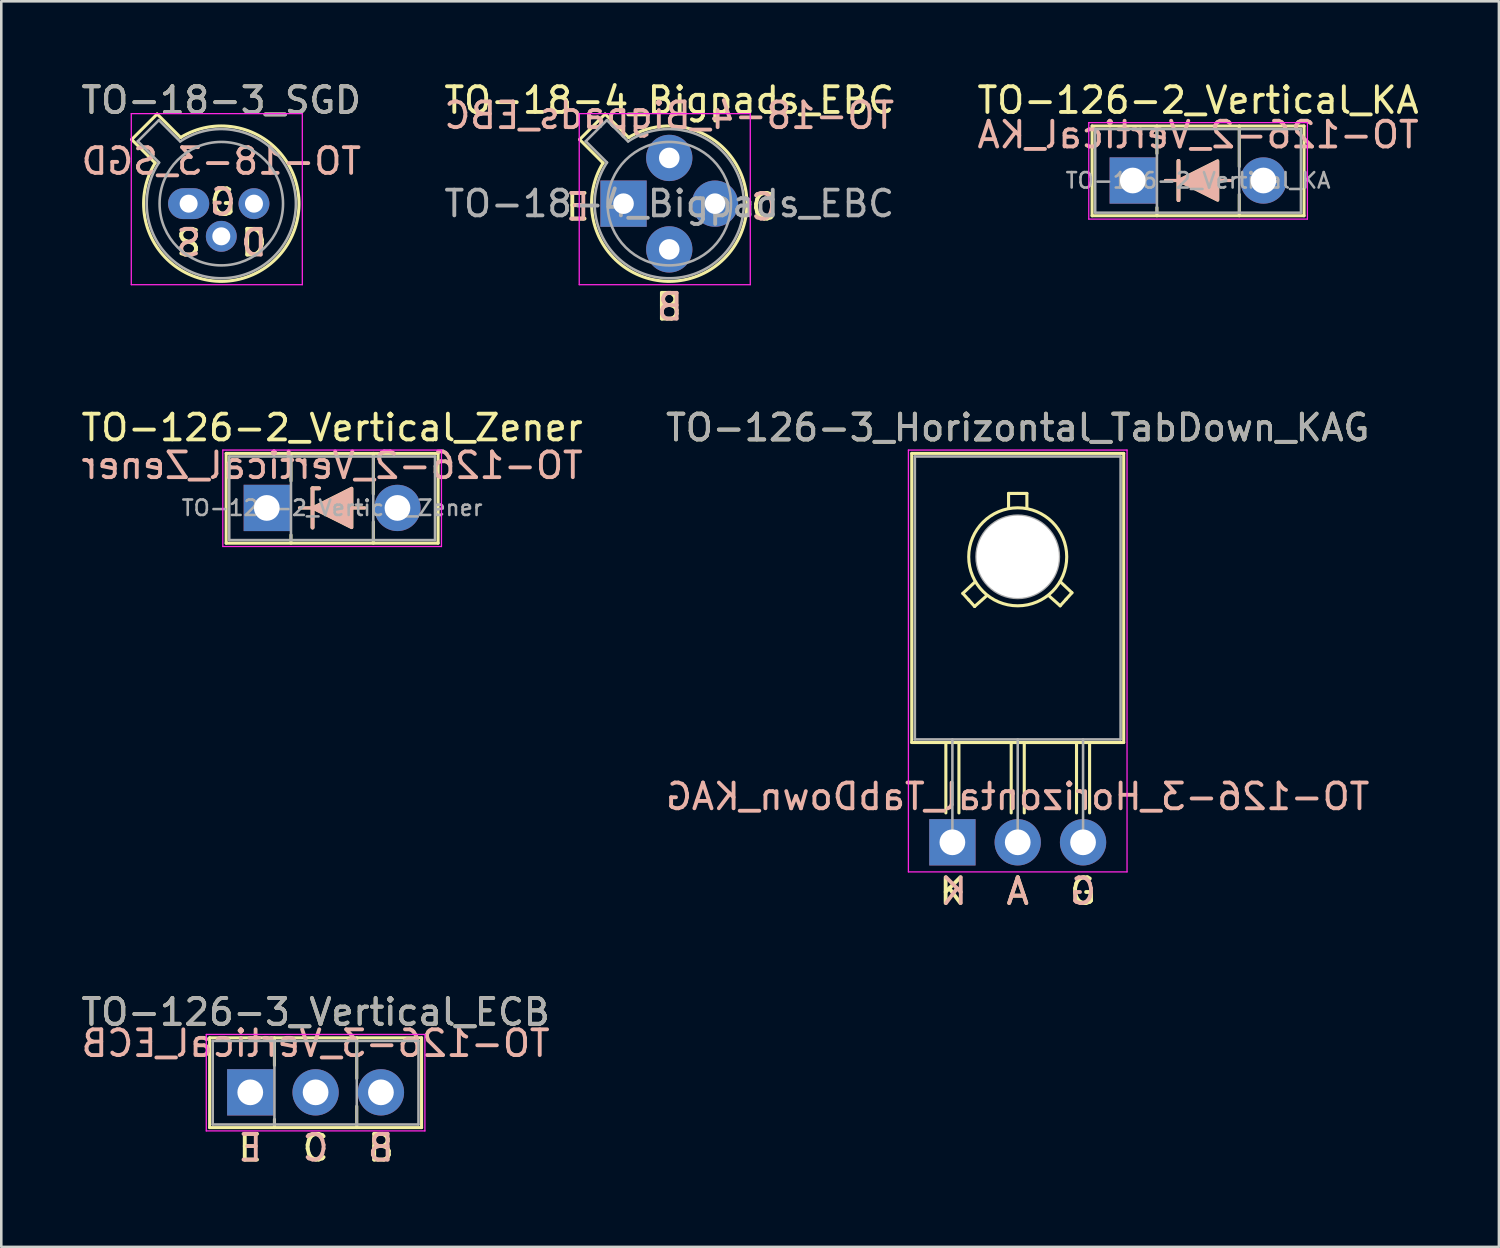
<source format=kicad_pcb>
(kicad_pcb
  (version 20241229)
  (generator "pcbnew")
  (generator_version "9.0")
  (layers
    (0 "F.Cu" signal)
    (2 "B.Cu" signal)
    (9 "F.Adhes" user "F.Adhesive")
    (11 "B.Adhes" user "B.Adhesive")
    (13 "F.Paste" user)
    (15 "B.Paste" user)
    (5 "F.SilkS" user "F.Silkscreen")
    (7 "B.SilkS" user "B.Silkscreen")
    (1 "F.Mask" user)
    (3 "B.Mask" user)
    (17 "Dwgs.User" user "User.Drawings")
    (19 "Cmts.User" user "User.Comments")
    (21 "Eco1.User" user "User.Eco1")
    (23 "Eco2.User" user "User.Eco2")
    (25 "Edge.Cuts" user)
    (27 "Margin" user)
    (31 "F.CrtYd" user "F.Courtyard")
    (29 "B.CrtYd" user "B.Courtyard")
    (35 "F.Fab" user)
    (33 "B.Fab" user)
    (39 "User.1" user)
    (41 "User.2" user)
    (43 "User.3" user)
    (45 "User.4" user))
  (footprint "TO-126-2_Vertical_KA"
    (layer "F.Cu")
    (at 40.99 3.968)
    (property "Reference" "TO-126-2_Vertical_KA" (at 2.54 -3.12 0) (layer "F.SilkS") (effects (font (size 1 1) (thickness 0.15))))
    (attr through_hole)
    (fp_line (start -1.58 -2.12) (end -1.58 1.37) (stroke (width 0.12) (type solid)) (layer "F.SilkS"))
    (fp_line (start -1.58 -2.12) (end 6.66 -2.12) (stroke (width 0.12) (type solid)) (layer "F.SilkS"))
    (fp_line (start -1.58 1.37) (end 6.66 1.37) (stroke (width 0.12) (type solid)) (layer "F.SilkS"))
    (fp_line (start 0.94 -2.12) (end 0.94 -1.05) (stroke (width 0.12) (type solid)) (layer "F.SilkS"))
    (fp_line (start 0.94 1.05) (end 0.94 1.37) (stroke (width 0.12) (type solid)) (layer "F.SilkS"))
    (fp_line (start 1.778 0.762) (end 1.778 -0.762) (stroke (width 0.15) (type default)) (layer "F.SilkS"))
    (fp_line (start 3.81 0) (end 1.27 0) (stroke (width 0.12) (type default)) (layer "F.SilkS"))
    (fp_line (start 4.141 -2.12) (end 4.141 -0.54) (stroke (width 0.12) (type solid)) (layer "F.SilkS"))
    (fp_line (start 4.141 0.54) (end 4.141 1.37) (stroke (width 0.12) (type solid)) (layer "F.SilkS"))
    (fp_line (start 6.66 -2.12) (end 6.66 1.37) (stroke (width 0.12) (type solid)) (layer "F.SilkS"))
    (fp_poly (pts (xy 1.778 0) (xy 3.302 0.762) (xy 3.302 -0.762)) (stroke (width 0.12) (type solid)) (fill yes) (layer "F.SilkS"))
    (fp_line (start 1.778 -0.762) (end 1.778 0.762) (stroke (width 0.15) (type default)) (layer "B.SilkS"))
    (fp_line (start 3.81 0) (end 1.27 0) (stroke (width 0.12) (type default)) (layer "B.SilkS"))
    (fp_poly (pts (xy 1.778 0) (xy 3.302 -0.762) (xy 3.302 0.762)) (stroke (width 0.12) (type solid)) (fill yes) (layer "B.SilkS"))
    (fp_line (start -1.71 -2.25) (end -1.71 1.5) (stroke (width 0.05) (type solid)) (layer "F.CrtYd"))
    (fp_line (start -1.71 1.5) (end 6.79 1.5) (stroke (width 0.05) (type solid)) (layer "F.CrtYd"))
    (fp_line (start 6.79 -2.25) (end -1.71 -2.25) (stroke (width 0.05) (type solid)) (layer "F.CrtYd"))
    (fp_line (start 6.79 1.5) (end 6.79 -2.25) (stroke (width 0.05) (type solid)) (layer "F.CrtYd"))
    (fp_line (start -1.46 -2) (end -1.46 1.25) (stroke (width 0.1) (type solid)) (layer "F.Fab"))
    (fp_line (start -1.46 1.25) (end 6.54 1.25) (stroke (width 0.1) (type solid)) (layer "F.Fab"))
    (fp_line (start 0.94 -2) (end 0.94 1.25) (stroke (width 0.1) (type solid)) (layer "F.Fab"))
    (fp_line (start 4.14 -2) (end 4.14 1.25) (stroke (width 0.1) (type solid)) (layer "F.Fab"))
    (fp_line (start 6.54 -2) (end -1.46 -2) (stroke (width 0.1) (type solid)) (layer "F.Fab"))
    (fp_line (start 6.54 1.25) (end 6.54 -2) (stroke (width 0.1) (type solid)) (layer "F.Fab"))
    (fp_text user "${REFERENCE}" (at 2.54 -1.778 0) (layer "B.SilkS") (effects (font (size 1 1) (thickness 0.15)) (justify mirror)))
    (fp_text user "${REFERENCE}" (at 2.54 0 0) (layer "F.Fab") (effects (font (size 0.6 0.6) (thickness 0.1))))
    (pad "1" thru_hole rect (at 0 0) (size 1.8 1.8) (drill 1) (layers "*.Cu" "*.Mask"))
    (pad "2" thru_hole oval (at 5.08 0) (size 1.8 1.8) (drill 1) (layers "*.Cu" "*.Mask")))
  (footprint "TO-126-3_Horizontal_TabDown_KAG"
    (layer "F.Cu")
    (at 33.978 29.698)
    (property "Reference" "TO-126-3_Horizontal_TabDown_KAG" (at 2.54 -16.12 0) (layer "F.SilkS") (effects (font (size 1 1) (thickness 0.15))))
    (fp_line (start -1.58 -15.12) (end -1.58 -3.88) (stroke (width 0.12) (type solid)) (layer "F.SilkS"))
    (fp_line (start -1.58 -15.12) (end 6.66 -15.12) (stroke (width 0.12) (type solid)) (layer "F.SilkS"))
    (fp_line (start -1.58 -3.88) (end 6.66 -3.88) (stroke (width 0.12) (type solid)) (layer "F.SilkS"))
    (fp_line (start -0.254 -1.143) (end -0.254 -3.873) (stroke (width 0.12) (type solid)) (layer "F.SilkS"))
    (fp_line (start 0.254 -3.873) (end 0.254 -1.143) (stroke (width 0.12) (type solid)) (layer "F.SilkS"))
    (fp_line (start 0.406 -9.677) (end 0.864 -10.109) (stroke (width 0.12) (type solid)) (layer "F.SilkS"))
    (fp_line (start 0.635 -9.423) (end 0.406 -9.677) (stroke (width 0.12) (type solid)) (layer "F.SilkS"))
    (fp_line (start 0.864 -9.169) (end 0.635 -9.423) (stroke (width 0.12) (type solid)) (layer "F.SilkS"))
    (fp_line (start 0.864 -9.169) (end 1.321 -9.576) (stroke (width 0.12) (type solid)) (layer "F.SilkS"))
    (fp_line (start 2.184 -13.564) (end 2.184 -13.005) (stroke (width 0.12) (type solid)) (layer "F.SilkS"))
    (fp_line (start 2.184 -13.564) (end 2.54 -13.564) (stroke (width 0.12) (type solid)) (layer "F.SilkS"))
    (fp_line (start 2.286 -1.143) (end 2.286 -3.873) (stroke (width 0.12) (type solid)) (layer "F.SilkS"))
    (fp_line (start 2.54 -13.564) (end 2.896 -13.564) (stroke (width 0.12) (type solid)) (layer "F.SilkS"))
    (fp_line (start 2.794 -3.873) (end 2.794 -1.143) (stroke (width 0.12) (type solid)) (layer "F.SilkS"))
    (fp_line (start 2.896 -13.564) (end 2.896 -12.979) (stroke (width 0.12) (type solid)) (layer "F.SilkS"))
    (fp_line (start 4.191 -9.195) (end 3.734 -9.601) (stroke (width 0.12) (type solid)) (layer "F.SilkS"))
    (fp_line (start 4.191 -9.195) (end 4.42 -9.449) (stroke (width 0.12) (type solid)) (layer "F.SilkS"))
    (fp_line (start 4.42 -9.449) (end 4.648 -9.703) (stroke (width 0.12) (type solid)) (layer "F.SilkS"))
    (fp_line (start 4.648 -9.703) (end 4.191 -10.135) (stroke (width 0.12) (type solid)) (layer "F.SilkS"))
    (fp_line (start 4.826 -1.143) (end 4.826 -3.873) (stroke (width 0.12) (type solid)) (layer "F.SilkS"))
    (fp_line (start 5.334 -3.873) (end 5.334 -1.143) (stroke (width 0.12) (type solid)) (layer "F.SilkS"))
    (fp_line (start 6.66 -15.12) (end 6.66 -3.88) (stroke (width 0.12) (type solid)) (layer "F.SilkS"))
    (fp_circle (center 2.54 -11.1) (end 4.445 -11.125) (stroke (width 0.12) (type solid)) (fill no) (layer "F.SilkS"))
    (fp_line (start -1.71 -15.25) (end -1.71 1.15) (stroke (width 0.05) (type solid)) (layer "F.CrtYd"))
    (fp_line (start -1.71 1.15) (end 6.79 1.15) (stroke (width 0.05) (type solid)) (layer "F.CrtYd"))
    (fp_line (start 6.79 -15.25) (end -1.71 -15.25) (stroke (width 0.05) (type solid)) (layer "F.CrtYd"))
    (fp_line (start 6.79 1.15) (end 6.79 -15.25) (stroke (width 0.05) (type solid)) (layer "F.CrtYd"))
    (fp_line (start -1.46 -15) (end 6.54 -15) (stroke (width 0.1) (type solid)) (layer "F.Fab"))
    (fp_line (start -1.46 -4) (end -1.46 -15) (stroke (width 0.1) (type solid)) (layer "F.Fab"))
    (fp_line (start 0 -4) (end 0 0) (stroke (width 0.1) (type solid)) (layer "F.Fab"))
    (fp_line (start 2.54 -4) (end 2.54 0) (stroke (width 0.1) (type solid)) (layer "F.Fab"))
    (fp_line (start 5.08 -4) (end 5.08 0) (stroke (width 0.1) (type solid)) (layer "F.Fab"))
    (fp_line (start 6.54 -15) (end 6.54 -4) (stroke (width 0.1) (type solid)) (layer "F.Fab"))
    (fp_line (start 6.54 -4) (end -1.46 -4) (stroke (width 0.1) (type solid)) (layer "F.Fab"))
    (fp_circle (center 2.54 -11.1) (end 4.14 -11.1) (stroke (width 0.1) (type solid)) (fill no) (layer "F.Fab"))
    (fp_text user "A" (at 2.54 1.905 0) (unlocked yes) (layer "F.SilkS") (effects (font (size 1 1) (thickness 0.15))))
    (fp_text user "G" (at 5.08 1.905 0) (unlocked yes) (layer "F.SilkS") (effects (font (size 1 1) (thickness 0.15))))
    (fp_text user "K" (at 0 1.905 0) (unlocked yes) (layer "F.SilkS") (effects (font (size 1 1) (thickness 0.15))))
    (fp_text user "A" (at 2.54 1.905 0) (unlocked yes) (layer "B.SilkS") (effects (font (size 1 1) (thickness 0.15)) (justify mirror)))
    (fp_text user "K" (at 0.064 1.905 0) (unlocked yes) (layer "B.SilkS") (effects (font (size 1 1) (thickness 0.15)) (justify mirror)))
    (fp_text user "G" (at 5.08 1.905 0) (unlocked yes) (layer "B.SilkS") (effects (font (size 1 1) (thickness 0.15)) (justify mirror)))
    (fp_text user "${REFERENCE}" (at 2.54 -1.778 0) (layer "B.SilkS") (effects (font (size 1 1) (thickness 0.15)) (justify mirror)))
    (fp_text user "${REFERENCE}" (at 2.54 -16.12 0) (layer "F.Fab") (effects (font (size 1 1) (thickness 0.15))))
    (pad "" np_thru_hole oval (at 2.54 -11.1) (size 3.2 3.2) (drill 3.2) (layers "*.Cu" "*.Mask"))
    (pad "1" thru_hole rect (at 0 0) (size 1.8 1.8) (drill 1) (layers "*.Cu" "*.Mask"))
    (pad "2" thru_hole oval (at 2.54 0) (size 1.8 1.8) (drill 1) (layers "*.Cu" "*.Mask"))
    (pad "3" thru_hole oval (at 5.08 0) (size 1.8 1.8) (drill 1) (layers "*.Cu" "*.Mask")))
  (footprint "TO-18-4_Bigpads_EBC"
    (layer "F.Cu")
    (at 21.192 4.868)
    (property "Reference" "TO-18-4_Bigpads_EBC" (at 1.778 -4.02 0) (layer "F.SilkS") (effects (font (size 1 1) (thickness 0.15))))
    (attr through_hole)
    (fp_line (start -1.706 -2.494) (end -0.794 -1.582) (stroke (width 0.12) (type solid)) (layer "F.SilkS"))
    (fp_line (start -0.716 -3.484) (end -1.706 -2.494) (stroke (width 0.12) (type solid)) (layer "F.SilkS"))
    (fp_line (start 0.196 -2.572) (end -0.716 -3.484) (stroke (width 0.12) (type solid)) (layer "F.SilkS"))
    (fp_arc (start 0.195669 -2.572281) (mid 3.913374 2.135551) (end -0.79415 -1.582544) (stroke (width 0.12) (type solid)) (layer "F.SilkS"))
    (fp_line (start -1.722 -3.5) (end -1.722 3.15) (stroke (width 0.05) (type solid)) (layer "F.CrtYd"))
    (fp_line (start -1.722 3.15) (end 4.928 3.15) (stroke (width 0.05) (type solid)) (layer "F.CrtYd"))
    (fp_line (start 4.928 -3.5) (end -1.722 -3.5) (stroke (width 0.05) (type solid)) (layer "F.CrtYd"))
    (fp_line (start 4.928 3.15) (end 4.928 -3.5) (stroke (width 0.05) (type solid)) (layer "F.CrtYd"))
    (fp_line (start -1.469 -2.426) (end -0.641 -1.599) (stroke (width 0.1) (type solid)) (layer "F.Fab"))
    (fp_line (start -0.648 -3.247) (end -1.469 -2.426) (stroke (width 0.1) (type solid)) (layer "F.Fab"))
    (fp_line (start 0.179 -2.419) (end -0.648 -3.247) (stroke (width 0.1) (type solid)) (layer "F.Fab"))
    (fp_arc (start 0.178943 -2.419301) (mid 3.829076 2.050143) (end -0.642029 -1.597956) (stroke (width 0.1) (type solid)) (layer "F.Fab"))
    (fp_circle (center 1.778 0) (end 4.178 0) (stroke (width 0.1) (type solid)) (fill no) (layer "F.Fab"))
    (fp_text user "B" (at 1.753 4.013 0) (unlocked yes) (layer "F.SilkS") (effects (font (size 1 1) (thickness 0.15))))
    (fp_text user "E" (at -1.778 0.127 0) (unlocked yes) (layer "F.SilkS") (effects (font (size 1 1) (thickness 0.15))))
    (fp_text user "C" (at 5.461 0.127 0) (unlocked yes) (layer "F.SilkS") (effects (font (size 1 1) (thickness 0.15))))
    (fp_text user "E" (at -1.778 0.127 0) (unlocked yes) (layer "B.SilkS") (effects (font (size 1 1) (thickness 0.15)) (justify mirror)))
    (fp_text user "${REFERENCE}" (at 1.778 -3.429 0) (layer "B.SilkS") (effects (font (size 1 1) (thickness 0.15)) (justify mirror)))
    (fp_text user "C" (at 5.461 0.127 0) (unlocked yes) (layer "B.SilkS") (effects (font (size 1 1) (thickness 0.15)) (justify mirror)))
    (fp_text user "B" (at 1.803 4.013 0) (unlocked yes) (layer "B.SilkS") (effects (font (size 1 1) (thickness 0.15)) (justify mirror)))
    (fp_text user "${REFERENCE}" (at 1.778 0 0) (layer "F.Fab") (effects (font (size 1 1) (thickness 0.15))))
    (pad "1" thru_hole rect (at 0 0) (size 1.8 1.8) (drill 0.8) (layers "*.Cu" "*.Mask"))
    (pad "2" thru_hole oval (at 1.778 1.778) (size 1.8 1.8) (drill 0.8) (layers "*.Cu" "*.Mask"))
    (pad "3" thru_hole oval (at 3.556 0) (size 1.8 1.8) (drill 0.8) (layers "*.Cu" "*.Mask"))
    (pad "4" thru_hole oval (at 1.778 -1.778) (size 1.8 1.8) (drill 0.8) (layers "*.Cu" "*.Mask")))
  (footprint "TO-126-3_Vertical_ECB"
    (layer "F.Cu")
    (at 6.68 39.419)
    (property "Reference" "TO-126-3_Vertical_ECB" (at 2.54 -3.12 0) (layer "F.SilkS") (effects (font (size 1 1) (thickness 0.15))))
    (fp_line (start -1.58 -2.12) (end -1.58 1.37) (stroke (width 0.12) (type solid)) (layer "F.SilkS"))
    (fp_line (start -1.58 -2.12) (end 6.66 -2.12) (stroke (width 0.12) (type solid)) (layer "F.SilkS"))
    (fp_line (start -1.58 1.37) (end 6.66 1.37) (stroke (width 0.12) (type solid)) (layer "F.SilkS"))
    (fp_line (start 0.94 -2.12) (end 0.94 -1.05) (stroke (width 0.12) (type solid)) (layer "F.SilkS"))
    (fp_line (start 0.94 1.05) (end 0.94 1.37) (stroke (width 0.12) (type solid)) (layer "F.SilkS"))
    (fp_line (start 4.141 -2.12) (end 4.141 -0.54) (stroke (width 0.12) (type solid)) (layer "F.SilkS"))
    (fp_line (start 4.141 0.54) (end 4.141 1.37) (stroke (width 0.12) (type solid)) (layer "F.SilkS"))
    (fp_line (start 6.66 -2.12) (end 6.66 1.37) (stroke (width 0.12) (type solid)) (layer "F.SilkS"))
    (fp_line (start -1.71 -2.25) (end -1.71 1.5) (stroke (width 0.05) (type solid)) (layer "F.CrtYd"))
    (fp_line (start -1.71 1.5) (end 6.79 1.5) (stroke (width 0.05) (type solid)) (layer "F.CrtYd"))
    (fp_line (start 6.79 -2.25) (end -1.71 -2.25) (stroke (width 0.05) (type solid)) (layer "F.CrtYd"))
    (fp_line (start 6.79 1.5) (end 6.79 -2.25) (stroke (width 0.05) (type solid)) (layer "F.CrtYd"))
    (fp_line (start -1.46 -2) (end -1.46 1.25) (stroke (width 0.1) (type solid)) (layer "F.Fab"))
    (fp_line (start -1.46 1.25) (end 6.54 1.25) (stroke (width 0.1) (type solid)) (layer "F.Fab"))
    (fp_line (start 0.94 -2) (end 0.94 1.25) (stroke (width 0.1) (type solid)) (layer "F.Fab"))
    (fp_line (start 4.14 -2) (end 4.14 1.25) (stroke (width 0.1) (type solid)) (layer "F.Fab"))
    (fp_line (start 6.54 -2) (end -1.46 -2) (stroke (width 0.1) (type solid)) (layer "F.Fab"))
    (fp_line (start 6.54 1.25) (end 6.54 -2) (stroke (width 0.1) (type solid)) (layer "F.Fab"))
    (fp_text user "C" (at 2.54 2.159 0) (unlocked yes) (layer "F.SilkS") (effects (font (size 1 1) (thickness 0.15))))
    (fp_text user "B" (at 5.08 2.159 0) (unlocked yes) (layer "F.SilkS") (effects (font (size 1 1) (thickness 0.15))))
    (fp_text user "E" (at 0 2.159 0) (unlocked yes) (layer "F.SilkS") (effects (font (size 1 1) (thickness 0.15))))
    (fp_text user "C" (at 2.54 2.159 0) (unlocked yes) (layer "B.SilkS") (effects (font (size 1 1) (thickness 0.15)) (justify mirror)))
    (fp_text user "E" (at 0 2.159 0) (unlocked yes) (layer "B.SilkS") (effects (font (size 1 1) (thickness 0.15)) (justify mirror)))
    (fp_text user "${REFERENCE}" (at 2.54 -1.905 0) (layer "B.SilkS") (effects (font (size 1 1) (thickness 0.15)) (justify mirror)))
    (fp_text user "B" (at 5.077 2.159 0) (unlocked yes) (layer "B.SilkS") (effects (font (size 1 1) (thickness 0.15)) (justify mirror)))
    (fp_text user "${REFERENCE}" (at 2.54 -3.12 0) (layer "F.Fab") (effects (font (size 1 1) (thickness 0.15))))
    (pad "1" thru_hole rect (at 0 0) (size 1.8 1.8) (drill 1) (layers "*.Cu" "*.Mask"))
    (pad "2" thru_hole oval (at 2.54 0) (size 1.8 1.8) (drill 1) (layers "*.Cu" "*.Mask"))
    (pad "3" thru_hole oval (at 5.08 0) (size 1.8 1.8) (drill 1) (layers "*.Cu" "*.Mask")))
  (footprint "TO-126-2_Vertical_Zener"
    (layer "F.Cu")
    (at 7.323 16.698)
    (property "Reference" "TO-126-2_Vertical_Zener" (at 2.54 -3.12 0) (layer "F.SilkS") (effects (font (size 1 1) (thickness 0.15))))
    (attr through_hole)
    (fp_line (start -1.58 -2.12) (end -1.58 1.37) (stroke (width 0.12) (type solid)) (layer "F.SilkS"))
    (fp_line (start -1.58 -2.12) (end 6.66 -2.12) (stroke (width 0.12) (type solid)) (layer "F.SilkS"))
    (fp_line (start -1.58 1.37) (end 6.66 1.37) (stroke (width 0.12) (type solid)) (layer "F.SilkS"))
    (fp_line (start 0.94 -2.12) (end 0.94 -1.05) (stroke (width 0.12) (type solid)) (layer "F.SilkS"))
    (fp_line (start 0.94 1.05) (end 0.94 1.37) (stroke (width 0.12) (type solid)) (layer "F.SilkS"))
    (fp_line (start 1.778 -0.762) (end 2.032 -0.762) (stroke (width 0.15) (type default)) (layer "F.SilkS"))
    (fp_line (start 1.778 0.762) (end 1.778 -0.762) (stroke (width 0.15) (type default)) (layer "F.SilkS"))
    (fp_line (start 3.81 0) (end 1.27 0) (stroke (width 0.12) (type default)) (layer "F.SilkS"))
    (fp_line (start 4.141 -2.12) (end 4.141 -0.54) (stroke (width 0.12) (type solid)) (layer "F.SilkS"))
    (fp_line (start 4.141 0.54) (end 4.141 1.37) (stroke (width 0.12) (type solid)) (layer "F.SilkS"))
    (fp_line (start 6.66 -2.12) (end 6.66 1.37) (stroke (width 0.12) (type solid)) (layer "F.SilkS"))
    (fp_poly (pts (xy 1.778 0) (xy 3.302 0.762) (xy 3.302 -0.762)) (stroke (width 0.12) (type solid)) (fill yes) (layer "F.SilkS"))
    (fp_line (start 1.778 -0.762) (end 1.778 0.762) (stroke (width 0.15) (type default)) (layer "B.SilkS"))
    (fp_line (start 1.778 -0.762) (end 2.032 -0.762) (stroke (width 0.15) (type default)) (layer "B.SilkS"))
    (fp_line (start 3.81 0) (end 1.27 0) (stroke (width 0.12) (type default)) (layer "B.SilkS"))
    (fp_poly (pts (xy 1.778 0) (xy 3.302 -0.762) (xy 3.302 0.762)) (stroke (width 0.12) (type solid)) (fill yes) (layer "B.SilkS"))
    (fp_line (start -1.71 -2.25) (end -1.71 1.5) (stroke (width 0.05) (type solid)) (layer "F.CrtYd"))
    (fp_line (start -1.71 1.5) (end 6.79 1.5) (stroke (width 0.05) (type solid)) (layer "F.CrtYd"))
    (fp_line (start 6.79 -2.25) (end -1.71 -2.25) (stroke (width 0.05) (type solid)) (layer "F.CrtYd"))
    (fp_line (start 6.79 1.5) (end 6.79 -2.25) (stroke (width 0.05) (type solid)) (layer "F.CrtYd"))
    (fp_line (start -1.46 -2) (end -1.46 1.25) (stroke (width 0.1) (type solid)) (layer "F.Fab"))
    (fp_line (start -1.46 1.25) (end 6.54 1.25) (stroke (width 0.1) (type solid)) (layer "F.Fab"))
    (fp_line (start 0.94 -2) (end 0.94 1.25) (stroke (width 0.1) (type solid)) (layer "F.Fab"))
    (fp_line (start 4.14 -2) (end 4.14 1.25) (stroke (width 0.1) (type solid)) (layer "F.Fab"))
    (fp_line (start 6.54 -2) (end -1.46 -2) (stroke (width 0.1) (type solid)) (layer "F.Fab"))
    (fp_line (start 6.54 1.25) (end 6.54 -2) (stroke (width 0.1) (type solid)) (layer "F.Fab"))
    (fp_text user "${REFERENCE}" (at 2.54 -1.651 0) (layer "B.SilkS") (effects (font (size 1 1) (thickness 0.15)) (justify mirror)))
    (fp_text user "${REFERENCE}" (at 2.54 0 0) (layer "F.Fab") (effects (font (size 0.6 0.6) (thickness 0.1))))
    (pad "1" thru_hole rect (at 0 0) (size 1.8 1.8) (drill 1) (layers "*.Cu" "*.Mask"))
    (pad "2" thru_hole oval (at 5.08 0) (size 1.8 1.8) (drill 1) (layers "*.Cu" "*.Mask")))
  (footprint "TO-18-3_SGD"
    (layer "F.Cu")
    (at 4.284 4.868)
    (property "Reference" "TO-18-3_SGD" (at 1.27 -4.02 0) (layer "F.SilkS") (effects (font (size 1 1) (thickness 0.15))))
    (fp_line (start -2.214 -2.494) (end -1.302 -1.582) (stroke (width 0.12) (type solid)) (layer "F.SilkS"))
    (fp_line (start -1.224 -3.484) (end -2.214 -2.494) (stroke (width 0.12) (type solid)) (layer "F.SilkS"))
    (fp_line (start -0.312 -2.572) (end -1.224 -3.484) (stroke (width 0.12) (type solid)) (layer "F.SilkS"))
    (fp_arc (start -0.312331 -2.572281) (mid 3.405374 2.135551) (end -1.30215 -1.582544) (stroke (width 0.12) (type solid)) (layer "F.SilkS"))
    (fp_line (start -2.23 -3.5) (end -2.23 3.15) (stroke (width 0.05) (type solid)) (layer "F.CrtYd"))
    (fp_line (start -2.23 3.15) (end 4.42 3.15) (stroke (width 0.05) (type solid)) (layer "F.CrtYd"))
    (fp_line (start 4.42 -3.5) (end -2.23 -3.5) (stroke (width 0.05) (type solid)) (layer "F.CrtYd"))
    (fp_line (start 4.42 3.15) (end 4.42 -3.5) (stroke (width 0.05) (type solid)) (layer "F.CrtYd"))
    (fp_line (start -1.977 -2.426) (end -1.149 -1.599) (stroke (width 0.1) (type solid)) (layer "F.Fab"))
    (fp_line (start -1.156 -3.247) (end -1.977 -2.426) (stroke (width 0.1) (type solid)) (layer "F.Fab"))
    (fp_line (start -0.329 -2.419) (end -1.156 -3.247) (stroke (width 0.1) (type solid)) (layer "F.Fab"))
    (fp_arc (start -0.329057 -2.419301) (mid 3.321076 2.050143) (end -1.150029 -1.597956) (stroke (width 0.1) (type solid)) (layer "F.Fab"))
    (fp_circle (center 1.27 0) (end 3.67 0) (stroke (width 0.1) (type solid)) (fill no) (layer "F.Fab"))
    (fp_text user "G" (at 1.321 -0.051 0) (unlocked yes) (layer "F.SilkS") (effects (font (size 1 1) (thickness 0.15))))
    (fp_text user "S" (at 0 1.524 0) (unlocked yes) (layer "F.SilkS") (effects (font (size 1 1) (thickness 0.15))))
    (fp_text user "D" (at 2.54 1.524 0) (unlocked yes) (layer "F.SilkS") (effects (font (size 1 1) (thickness 0.15))))
    (fp_text user "D" (at 2.54 1.524 0) (unlocked yes) (layer "B.SilkS") (effects (font (size 1 1) (thickness 0.15)) (justify mirror)))
    (fp_text user "G" (at 1.333 -0.064 0) (unlocked yes) (layer "B.SilkS") (effects (font (size 1 1) (thickness 0.15)) (justify mirror)))
    (fp_text user "S" (at 0 1.524 0) (unlocked yes) (layer "B.SilkS") (effects (font (size 1 1) (thickness 0.15)) (justify mirror)))
    (fp_text user "${REFERENCE}" (at 1.27 -1.651 0) (layer "B.SilkS") (effects (font (size 1 1) (thickness 0.15)) (justify mirror)))
    (fp_text user "${REFERENCE}" (at 1.27 -4.02 0) (layer "F.Fab") (effects (font (size 1 1) (thickness 0.15))))
    (pad "1" thru_hole oval (at 0 0) (size 1.6 1.2) (drill 0.7) (layers "*.Cu" "*.Mask"))
    (pad "2" thru_hole oval (at 1.27 1.27) (size 1.2 1.2) (drill 0.7) (layers "*.Cu" "*.Mask"))
    (pad "3" thru_hole oval (at 2.54 0) (size 1.2 1.2) (drill 0.7) (layers "*.Cu" "*.Mask")))
  (gr_rect
    (start -3 -3)
    (end 55.226 45.427)
    (stroke (width 0.1) (type default))
    (fill no)
    (layer "Edge.Cuts")))
</source>
